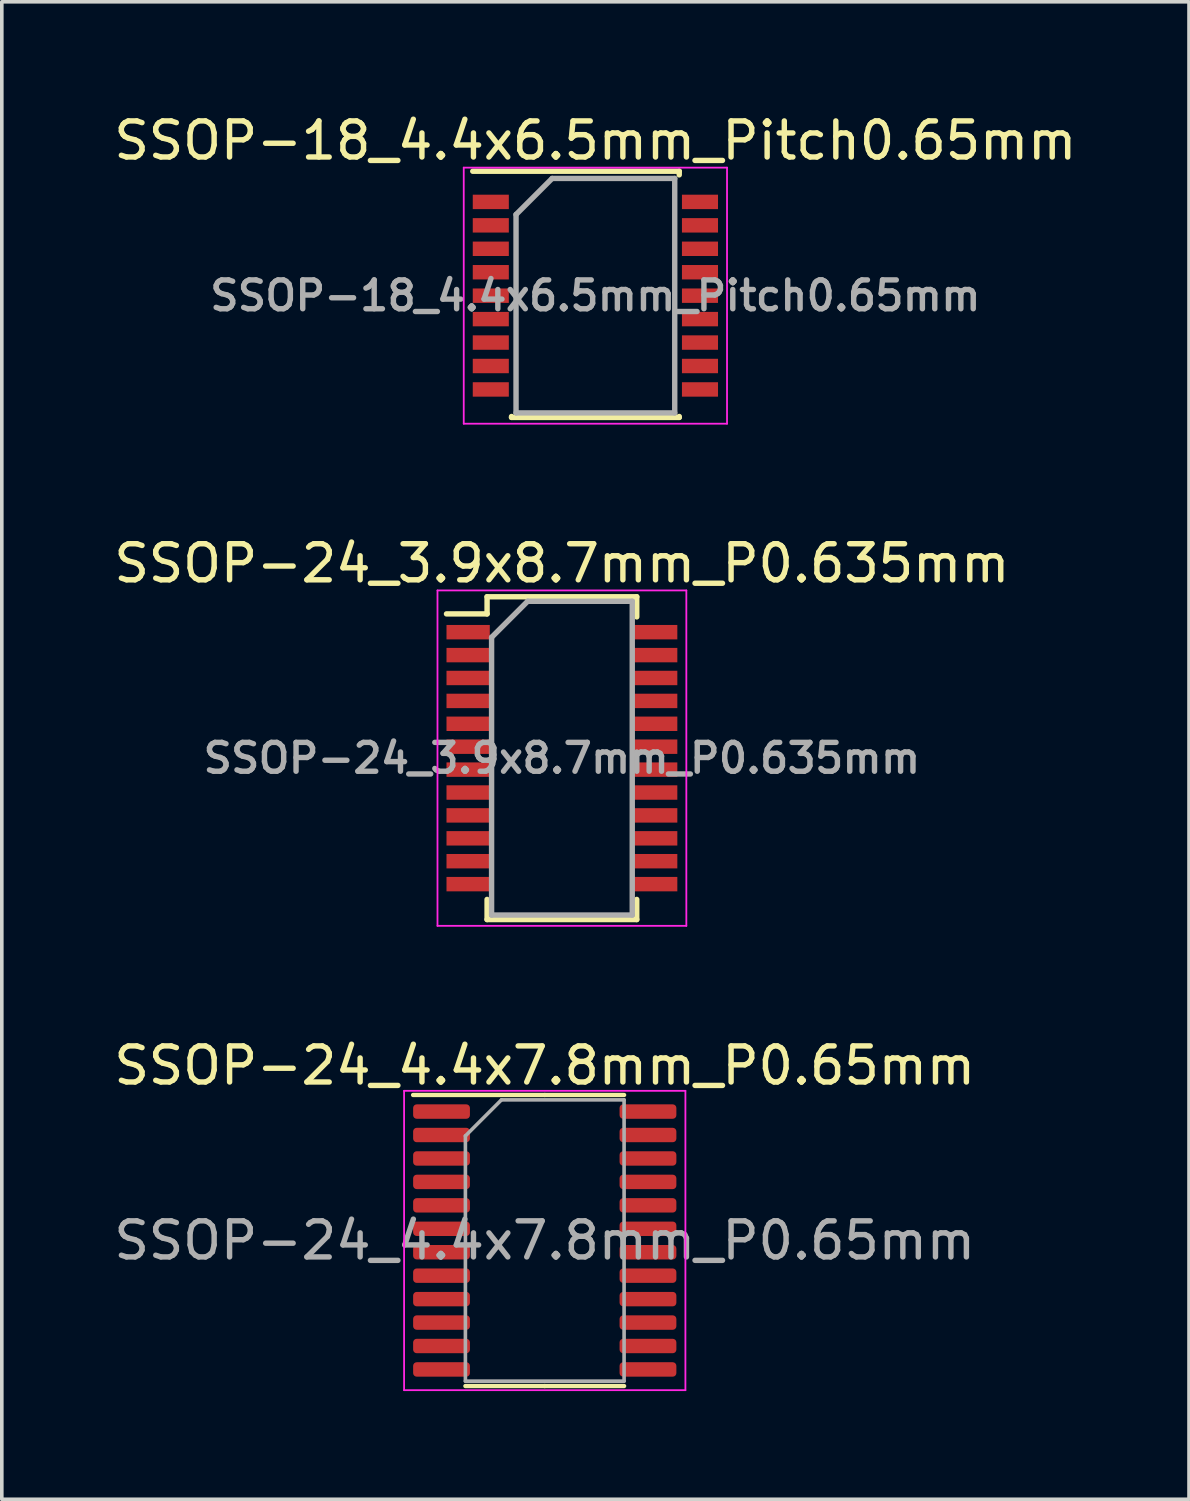
<source format=kicad_pcb>
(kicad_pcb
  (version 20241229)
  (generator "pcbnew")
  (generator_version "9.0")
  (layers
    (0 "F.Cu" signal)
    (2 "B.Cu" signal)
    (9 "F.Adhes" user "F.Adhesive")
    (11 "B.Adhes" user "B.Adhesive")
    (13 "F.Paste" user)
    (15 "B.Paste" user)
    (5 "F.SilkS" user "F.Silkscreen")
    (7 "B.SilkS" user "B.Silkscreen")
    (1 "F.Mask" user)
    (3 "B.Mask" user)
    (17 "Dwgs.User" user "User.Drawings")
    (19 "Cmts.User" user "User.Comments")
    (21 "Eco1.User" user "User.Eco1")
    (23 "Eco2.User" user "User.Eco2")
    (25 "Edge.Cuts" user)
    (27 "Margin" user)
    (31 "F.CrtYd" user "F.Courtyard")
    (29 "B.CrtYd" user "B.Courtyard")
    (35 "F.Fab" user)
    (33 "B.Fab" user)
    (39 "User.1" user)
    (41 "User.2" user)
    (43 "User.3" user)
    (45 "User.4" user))
  (footprint "SSOP-24_4.4x7.8mm_P0.65mm"
    (layer "F.Cu")
    (at 12.054 31.345)
    (property "Reference" "SSOP-24_4.4x7.8mm_P0.65mm" (at 0 -4.85 0) (layer "F.SilkS") (effects (font (size 1 1) (thickness 0.15))))
    (attr smd)
    (fp_line (start 0 -4.035) (end -3.65 -4.035) (stroke (width 0.12) (type solid)) (layer "F.SilkS"))
    (fp_line (start 0 -4.035) (end 2.2 -4.035) (stroke (width 0.12) (type solid)) (layer "F.SilkS"))
    (fp_line (start 0 4.035) (end -2.2 4.035) (stroke (width 0.12) (type solid)) (layer "F.SilkS"))
    (fp_line (start 0 4.035) (end 2.2 4.035) (stroke (width 0.12) (type solid)) (layer "F.SilkS"))
    (fp_line (start -3.9 -4.15) (end -3.9 4.15) (stroke (width 0.05) (type solid)) (layer "F.CrtYd"))
    (fp_line (start -3.9 4.15) (end 3.9 4.15) (stroke (width 0.05) (type solid)) (layer "F.CrtYd"))
    (fp_line (start 3.9 -4.15) (end -3.9 -4.15) (stroke (width 0.05) (type solid)) (layer "F.CrtYd"))
    (fp_line (start 3.9 4.15) (end 3.9 -4.15) (stroke (width 0.05) (type solid)) (layer "F.CrtYd"))
    (fp_line (start -2.2 -2.9) (end -1.2 -3.9) (stroke (width 0.1) (type solid)) (layer "F.Fab"))
    (fp_line (start -2.2 3.9) (end -2.2 -2.9) (stroke (width 0.1) (type solid)) (layer "F.Fab"))
    (fp_line (start -1.2 -3.9) (end 2.2 -3.9) (stroke (width 0.1) (type solid)) (layer "F.Fab"))
    (fp_line (start 2.2 -3.9) (end 2.2 3.9) (stroke (width 0.1) (type solid)) (layer "F.Fab"))
    (fp_line (start 2.2 3.9) (end -2.2 3.9) (stroke (width 0.1) (type solid)) (layer "F.Fab"))
    (fp_text user "${REFERENCE}" (at 0 0 0) (layer "F.Fab") (effects (font (size 1 1) (thickness 0.15))))
    (pad "1" smd roundrect (at -2.862 -3.575) (size 1.575 0.4) (layers "F.Cu" "F.Mask" "F.Paste") (roundrect_rratio 0.25))
    (pad "2" smd roundrect (at -2.862 -2.925) (size 1.575 0.4) (layers "F.Cu" "F.Mask" "F.Paste") (roundrect_rratio 0.25))
    (pad "3" smd roundrect (at -2.862 -2.275) (size 1.575 0.4) (layers "F.Cu" "F.Mask" "F.Paste") (roundrect_rratio 0.25))
    (pad "4" smd roundrect (at -2.862 -1.625) (size 1.575 0.4) (layers "F.Cu" "F.Mask" "F.Paste") (roundrect_rratio 0.25))
    (pad "5" smd roundrect (at -2.862 -0.975) (size 1.575 0.4) (layers "F.Cu" "F.Mask" "F.Paste") (roundrect_rratio 0.25))
    (pad "6" smd roundrect (at -2.862 -0.325) (size 1.575 0.4) (layers "F.Cu" "F.Mask" "F.Paste") (roundrect_rratio 0.25))
    (pad "7" smd roundrect (at -2.862 0.325) (size 1.575 0.4) (layers "F.Cu" "F.Mask" "F.Paste") (roundrect_rratio 0.25))
    (pad "8" smd roundrect (at -2.862 0.975) (size 1.575 0.4) (layers "F.Cu" "F.Mask" "F.Paste") (roundrect_rratio 0.25))
    (pad "9" smd roundrect (at -2.862 1.625) (size 1.575 0.4) (layers "F.Cu" "F.Mask" "F.Paste") (roundrect_rratio 0.25))
    (pad "10" smd roundrect (at -2.862 2.275) (size 1.575 0.4) (layers "F.Cu" "F.Mask" "F.Paste") (roundrect_rratio 0.25))
    (pad "11" smd roundrect (at -2.862 2.925) (size 1.575 0.4) (layers "F.Cu" "F.Mask" "F.Paste") (roundrect_rratio 0.25))
    (pad "12" smd roundrect (at -2.862 3.575) (size 1.575 0.4) (layers "F.Cu" "F.Mask" "F.Paste") (roundrect_rratio 0.25))
    (pad "13" smd roundrect (at 2.862 3.575) (size 1.575 0.4) (layers "F.Cu" "F.Mask" "F.Paste") (roundrect_rratio 0.25))
    (pad "14" smd roundrect (at 2.862 2.925) (size 1.575 0.4) (layers "F.Cu" "F.Mask" "F.Paste") (roundrect_rratio 0.25))
    (pad "15" smd roundrect (at 2.862 2.275) (size 1.575 0.4) (layers "F.Cu" "F.Mask" "F.Paste") (roundrect_rratio 0.25))
    (pad "16" smd roundrect (at 2.862 1.625) (size 1.575 0.4) (layers "F.Cu" "F.Mask" "F.Paste") (roundrect_rratio 0.25))
    (pad "17" smd roundrect (at 2.862 0.975) (size 1.575 0.4) (layers "F.Cu" "F.Mask" "F.Paste") (roundrect_rratio 0.25))
    (pad "18" smd roundrect (at 2.862 0.325) (size 1.575 0.4) (layers "F.Cu" "F.Mask" "F.Paste") (roundrect_rratio 0.25))
    (pad "19" smd roundrect (at 2.862 -0.325) (size 1.575 0.4) (layers "F.Cu" "F.Mask" "F.Paste") (roundrect_rratio 0.25))
    (pad "20" smd roundrect (at 2.862 -0.975) (size 1.575 0.4) (layers "F.Cu" "F.Mask" "F.Paste") (roundrect_rratio 0.25))
    (pad "21" smd roundrect (at 2.862 -1.625) (size 1.575 0.4) (layers "F.Cu" "F.Mask" "F.Paste") (roundrect_rratio 0.25))
    (pad "22" smd roundrect (at 2.862 -2.275) (size 1.575 0.4) (layers "F.Cu" "F.Mask" "F.Paste") (roundrect_rratio 0.25))
    (pad "23" smd roundrect (at 2.862 -2.925) (size 1.575 0.4) (layers "F.Cu" "F.Mask" "F.Paste") (roundrect_rratio 0.25))
    (pad "24" smd roundrect (at 2.862 -3.575) (size 1.575 0.4) (layers "F.Cu" "F.Mask" "F.Paste") (roundrect_rratio 0.25)))
  (footprint "SSOP-18_4.4x6.5mm_Pitch0.65mm"
    (layer "F.Cu")
    (at 13.458 5.148)
    (property "Reference" "SSOP-18_4.4x6.5mm_Pitch0.65mm" (at 0 -4.3 0) (layer "F.SilkS") (effects (font (size 1 1) (thickness 0.15))))
    (attr smd)
    (fp_line (start -3.4 -3.45) (end 2.325 -3.45) (stroke (width 0.15) (type solid)) (layer "F.SilkS"))
    (fp_line (start -2.325 3.375) (end -2.325 3.35) (stroke (width 0.15) (type solid)) (layer "F.SilkS"))
    (fp_line (start -2.325 3.375) (end 2.325 3.375) (stroke (width 0.15) (type solid)) (layer "F.SilkS"))
    (fp_line (start 2.325 -3.45) (end 2.325 -3.35) (stroke (width 0.15) (type solid)) (layer "F.SilkS"))
    (fp_line (start 2.325 3.375) (end 2.325 3.35) (stroke (width 0.15) (type solid)) (layer "F.SilkS"))
    (fp_line (start -3.65 -3.55) (end -3.65 3.55) (stroke (width 0.05) (type solid)) (layer "F.CrtYd"))
    (fp_line (start -3.65 -3.55) (end 3.65 -3.55) (stroke (width 0.05) (type solid)) (layer "F.CrtYd"))
    (fp_line (start -3.65 3.55) (end 3.65 3.55) (stroke (width 0.05) (type solid)) (layer "F.CrtYd"))
    (fp_line (start 3.65 -3.55) (end 3.65 3.55) (stroke (width 0.05) (type solid)) (layer "F.CrtYd"))
    (fp_line (start -2.2 -2.25) (end -1.2 -3.25) (stroke (width 0.15) (type solid)) (layer "F.Fab"))
    (fp_line (start -2.2 3.25) (end -2.2 -2.25) (stroke (width 0.15) (type solid)) (layer "F.Fab"))
    (fp_line (start -1.2 -3.25) (end 2.2 -3.25) (stroke (width 0.15) (type solid)) (layer "F.Fab"))
    (fp_line (start 2.2 -3.25) (end 2.2 3.25) (stroke (width 0.15) (type solid)) (layer "F.Fab"))
    (fp_line (start 2.2 3.25) (end -2.2 3.25) (stroke (width 0.15) (type solid)) (layer "F.Fab"))
    (fp_text user "${REFERENCE}" (at 0 0 0) (layer "F.Fab") (effects (font (size 0.8 0.8) (thickness 0.15))))
    (pad "1" smd rect (at -2.9 -2.6) (size 1 0.4) (layers "F.Cu" "F.Mask" "F.Paste"))
    (pad "2" smd rect (at -2.9 -1.95) (size 1 0.4) (layers "F.Cu" "F.Mask" "F.Paste"))
    (pad "3" smd rect (at -2.9 -1.3) (size 1 0.4) (layers "F.Cu" "F.Mask" "F.Paste"))
    (pad "4" smd rect (at -2.9 -0.65) (size 1 0.4) (layers "F.Cu" "F.Mask" "F.Paste"))
    (pad "5" smd rect (at -2.9 0) (size 1 0.4) (layers "F.Cu" "F.Mask" "F.Paste"))
    (pad "6" smd rect (at -2.9 0.65) (size 1 0.4) (layers "F.Cu" "F.Mask" "F.Paste"))
    (pad "7" smd rect (at -2.9 1.3) (size 1 0.4) (layers "F.Cu" "F.Mask" "F.Paste"))
    (pad "8" smd rect (at -2.9 1.95) (size 1 0.4) (layers "F.Cu" "F.Mask" "F.Paste"))
    (pad "9" smd rect (at -2.9 2.6) (size 1 0.4) (layers "F.Cu" "F.Mask" "F.Paste"))
    (pad "10" smd rect (at 2.9 2.6) (size 1 0.4) (layers "F.Cu" "F.Mask" "F.Paste"))
    (pad "11" smd rect (at 2.9 1.95) (size 1 0.4) (layers "F.Cu" "F.Mask" "F.Paste"))
    (pad "12" smd rect (at 2.9 1.3) (size 1 0.4) (layers "F.Cu" "F.Mask" "F.Paste"))
    (pad "13" smd rect (at 2.9 0.65) (size 1 0.4) (layers "F.Cu" "F.Mask" "F.Paste"))
    (pad "14" smd rect (at 2.9 0) (size 1 0.4) (layers "F.Cu" "F.Mask" "F.Paste"))
    (pad "15" smd rect (at 2.9 -0.65) (size 1 0.4) (layers "F.Cu" "F.Mask" "F.Paste"))
    (pad "16" smd rect (at 2.9 -1.3) (size 1 0.4) (layers "F.Cu" "F.Mask" "F.Paste"))
    (pad "17" smd rect (at 2.9 -1.95) (size 1 0.4) (layers "F.Cu" "F.Mask" "F.Paste"))
    (pad "18" smd rect (at 2.9 -2.6) (size 1 0.4) (layers "F.Cu" "F.Mask" "F.Paste")))
  (footprint "SSOP-24_3.9x8.7mm_P0.635mm"
    (layer "F.Cu")
    (at 12.53 17.971)
    (property "Reference" "SSOP-24_3.9x8.7mm_P0.635mm" (at 0 -5.4 0) (layer "F.SilkS") (effects (font (size 1 1) (thickness 0.15))))
    (attr smd)
    (fp_line (start -2.075 -4.475) (end -2.075 -4) (stroke (width 0.15) (type solid)) (layer "F.SilkS"))
    (fp_line (start -2.075 -4.475) (end 2.075 -4.475) (stroke (width 0.15) (type solid)) (layer "F.SilkS"))
    (fp_line (start -2.075 -4) (end -3.2 -4) (stroke (width 0.15) (type solid)) (layer "F.SilkS"))
    (fp_line (start -2.075 4.475) (end -2.075 3.917) (stroke (width 0.15) (type solid)) (layer "F.SilkS"))
    (fp_line (start -2.075 4.475) (end 2.075 4.475) (stroke (width 0.15) (type solid)) (layer "F.SilkS"))
    (fp_line (start 2.075 -4.475) (end 2.075 -3.917) (stroke (width 0.15) (type solid)) (layer "F.SilkS"))
    (fp_line (start 2.075 4.475) (end 2.075 3.917) (stroke (width 0.15) (type solid)) (layer "F.SilkS"))
    (fp_line (start -3.45 -4.65) (end -3.45 4.65) (stroke (width 0.05) (type solid)) (layer "F.CrtYd"))
    (fp_line (start -3.45 -4.65) (end 3.45 -4.65) (stroke (width 0.05) (type solid)) (layer "F.CrtYd"))
    (fp_line (start -3.45 4.65) (end 3.45 4.65) (stroke (width 0.05) (type solid)) (layer "F.CrtYd"))
    (fp_line (start 3.45 -4.65) (end 3.45 4.65) (stroke (width 0.05) (type solid)) (layer "F.CrtYd"))
    (fp_line (start -1.95 -3.35) (end -0.95 -4.35) (stroke (width 0.15) (type solid)) (layer "F.Fab"))
    (fp_line (start -1.95 4.35) (end -1.95 -3.35) (stroke (width 0.15) (type solid)) (layer "F.Fab"))
    (fp_line (start -0.95 -4.35) (end 1.95 -4.35) (stroke (width 0.15) (type solid)) (layer "F.Fab"))
    (fp_line (start 1.95 -4.35) (end 1.95 4.35) (stroke (width 0.15) (type solid)) (layer "F.Fab"))
    (fp_line (start 1.95 4.35) (end -1.95 4.35) (stroke (width 0.15) (type solid)) (layer "F.Fab"))
    (fp_text user "${REFERENCE}" (at 0 0 0) (layer "F.Fab") (effects (font (size 0.8 0.8) (thickness 0.15))))
    (pad "1" smd rect (at -2.6 -3.493) (size 1.2 0.4) (layers "F.Cu" "F.Mask" "F.Paste"))
    (pad "2" smd rect (at -2.6 -2.857) (size 1.2 0.4) (layers "F.Cu" "F.Mask" "F.Paste"))
    (pad "3" smd rect (at -2.6 -2.223) (size 1.2 0.4) (layers "F.Cu" "F.Mask" "F.Paste"))
    (pad "4" smd rect (at -2.6 -1.587) (size 1.2 0.4) (layers "F.Cu" "F.Mask" "F.Paste"))
    (pad "5" smd rect (at -2.6 -0.953) (size 1.2 0.4) (layers "F.Cu" "F.Mask" "F.Paste"))
    (pad "6" smd rect (at -2.6 -0.318) (size 1.2 0.4) (layers "F.Cu" "F.Mask" "F.Paste"))
    (pad "7" smd rect (at -2.6 0.318) (size 1.2 0.4) (layers "F.Cu" "F.Mask" "F.Paste"))
    (pad "8" smd rect (at -2.6 0.953) (size 1.2 0.4) (layers "F.Cu" "F.Mask" "F.Paste"))
    (pad "9" smd rect (at -2.6 1.587) (size 1.2 0.4) (layers "F.Cu" "F.Mask" "F.Paste"))
    (pad "10" smd rect (at -2.6 2.223) (size 1.2 0.4) (layers "F.Cu" "F.Mask" "F.Paste"))
    (pad "11" smd rect (at -2.6 2.857) (size 1.2 0.4) (layers "F.Cu" "F.Mask" "F.Paste"))
    (pad "12" smd rect (at -2.6 3.493) (size 1.2 0.4) (layers "F.Cu" "F.Mask" "F.Paste"))
    (pad "13" smd rect (at 2.6 3.493) (size 1.2 0.4) (layers "F.Cu" "F.Mask" "F.Paste"))
    (pad "14" smd rect (at 2.6 2.857) (size 1.2 0.4) (layers "F.Cu" "F.Mask" "F.Paste"))
    (pad "15" smd rect (at 2.6 2.223) (size 1.2 0.4) (layers "F.Cu" "F.Mask" "F.Paste"))
    (pad "16" smd rect (at 2.6 1.587) (size 1.2 0.4) (layers "F.Cu" "F.Mask" "F.Paste"))
    (pad "17" smd rect (at 2.6 0.953) (size 1.2 0.4) (layers "F.Cu" "F.Mask" "F.Paste"))
    (pad "18" smd rect (at 2.6 0.318) (size 1.2 0.4) (layers "F.Cu" "F.Mask" "F.Paste"))
    (pad "19" smd rect (at 2.6 -0.318) (size 1.2 0.4) (layers "F.Cu" "F.Mask" "F.Paste"))
    (pad "20" smd rect (at 2.6 -0.953) (size 1.2 0.4) (layers "F.Cu" "F.Mask" "F.Paste"))
    (pad "21" smd rect (at 2.6 -1.587) (size 1.2 0.4) (layers "F.Cu" "F.Mask" "F.Paste"))
    (pad "22" smd rect (at 2.6 -2.223) (size 1.2 0.4) (layers "F.Cu" "F.Mask" "F.Paste"))
    (pad "23" smd rect (at 2.6 -2.857) (size 1.2 0.4) (layers "F.Cu" "F.Mask" "F.Paste"))
    (pad "24" smd rect (at 2.6 -3.493) (size 1.2 0.4) (layers "F.Cu" "F.Mask" "F.Paste")))
  (gr_rect
    (start -3 -3)
    (end 29.917 38.52)
    (stroke (width 0.1) (type default))
    (fill no)
    (layer "Edge.Cuts")))
</source>
